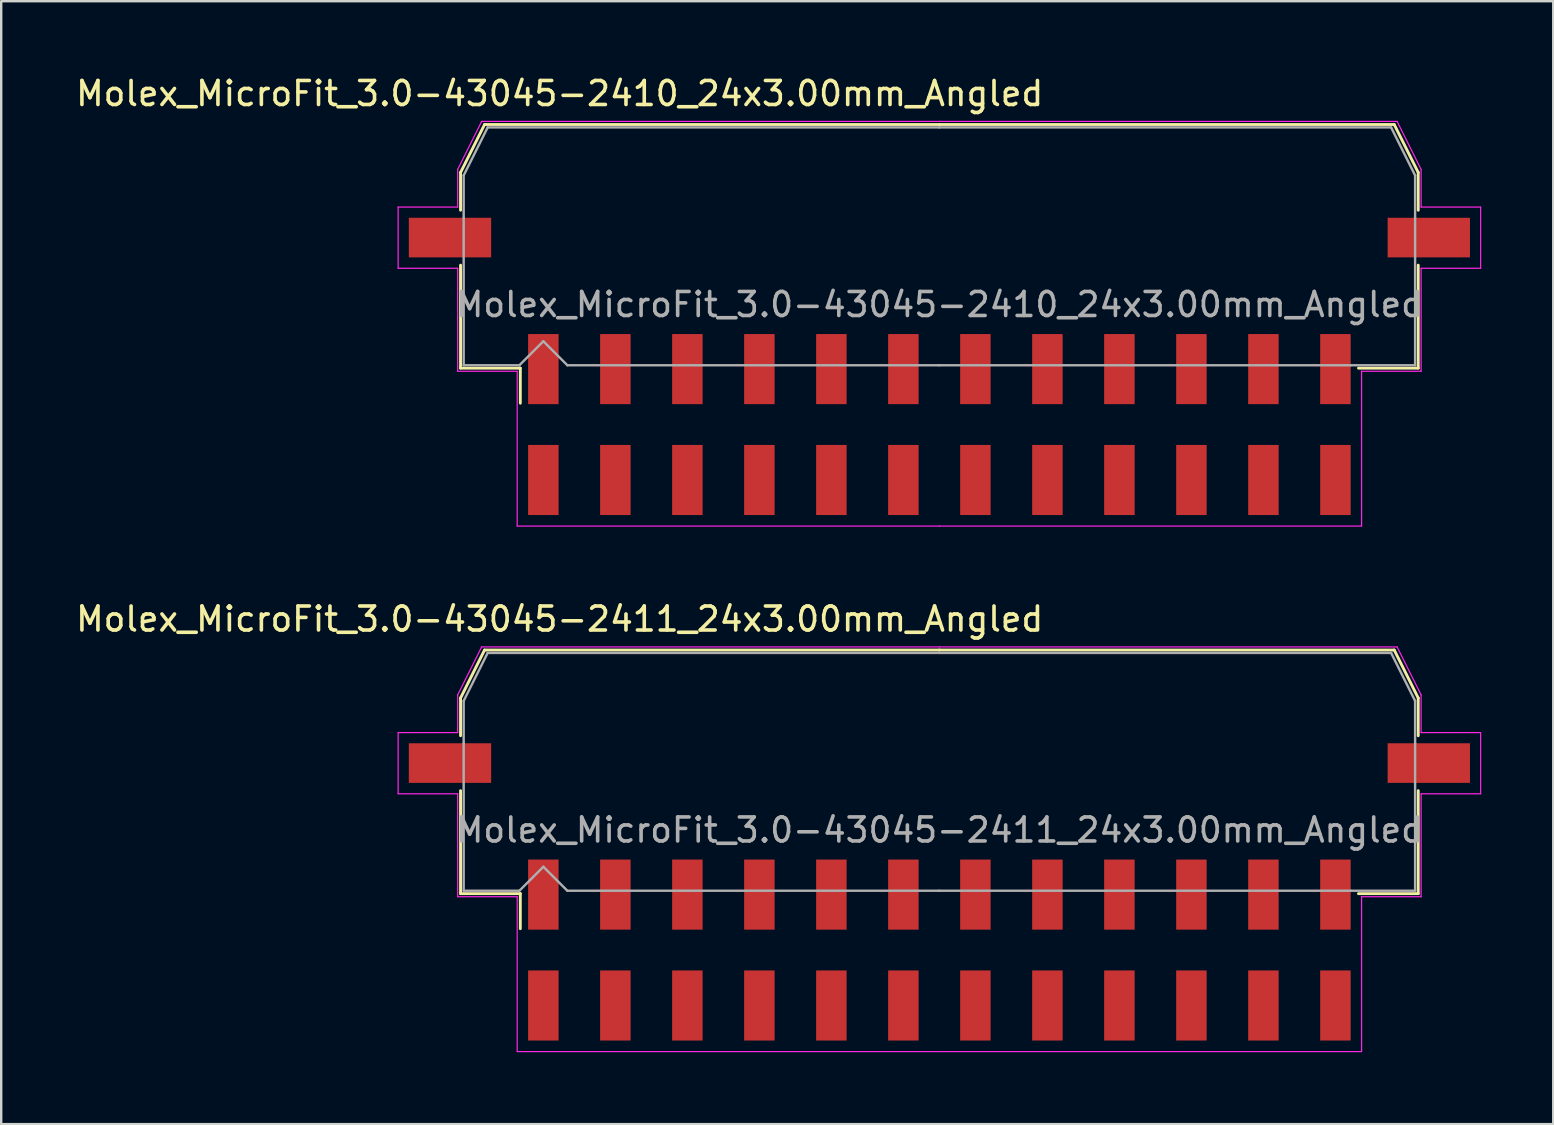
<source format=kicad_pcb>
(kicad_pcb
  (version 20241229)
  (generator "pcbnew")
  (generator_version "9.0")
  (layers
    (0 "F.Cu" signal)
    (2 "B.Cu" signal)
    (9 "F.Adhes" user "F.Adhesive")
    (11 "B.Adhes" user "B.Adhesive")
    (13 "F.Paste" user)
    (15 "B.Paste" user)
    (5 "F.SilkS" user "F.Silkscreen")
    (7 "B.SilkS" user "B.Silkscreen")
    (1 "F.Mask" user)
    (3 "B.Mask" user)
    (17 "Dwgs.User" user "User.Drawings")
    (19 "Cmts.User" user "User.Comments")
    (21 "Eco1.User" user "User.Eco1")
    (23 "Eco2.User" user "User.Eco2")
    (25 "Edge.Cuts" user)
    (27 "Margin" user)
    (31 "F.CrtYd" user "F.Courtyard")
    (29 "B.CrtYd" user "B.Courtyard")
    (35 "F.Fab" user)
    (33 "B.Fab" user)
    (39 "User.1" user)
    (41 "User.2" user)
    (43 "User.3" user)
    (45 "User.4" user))
  (footprint "Molex_MicroFit_3.0-43045-2411_24x3.00mm_Angled"
    (layer "F.Cu")
    (at 36.088 36.532)
    (property "Reference" "Molex_MicroFit_3.0-43045-2411_24x3.00mm_Angled" (at -15.82 -13.79 0) (layer "F.SilkS") (effects (font (size 1 1) (thickness 0.15))))
    (attr smd)
    (fp_line (start -19.95 -10.5) (end -19.95 -8.93) (stroke (width 0.12) (type solid)) (layer "F.SilkS"))
    (fp_line (start -19.95 -6.64) (end -19.95 -2.35) (stroke (width 0.12) (type solid)) (layer "F.SilkS"))
    (fp_line (start -19.95 -2.35) (end -17.46 -2.35) (stroke (width 0.12) (type solid)) (layer "F.SilkS"))
    (fp_line (start -18.95 -12.5) (end -19.95 -10.5) (stroke (width 0.12) (type solid)) (layer "F.SilkS"))
    (fp_line (start -17.46 -2.35) (end -17.46 -0.89) (stroke (width 0.12) (type solid)) (layer "F.SilkS"))
    (fp_line (start 0 -12.5) (end -18.95 -12.5) (stroke (width 0.12) (type solid)) (layer "F.SilkS"))
    (fp_line (start 0 -12.5) (end 18.95 -12.5) (stroke (width 0.12) (type solid)) (layer "F.SilkS"))
    (fp_line (start 18.95 -12.5) (end 19.95 -10.5) (stroke (width 0.12) (type solid)) (layer "F.SilkS"))
    (fp_line (start 19.95 -10.5) (end 19.95 -8.93) (stroke (width 0.12) (type solid)) (layer "F.SilkS"))
    (fp_line (start 19.95 -6.64) (end 19.95 -2.35) (stroke (width 0.12) (type solid)) (layer "F.SilkS"))
    (fp_line (start 19.95 -2.35) (end 17.46 -2.35) (stroke (width 0.12) (type solid)) (layer "F.SilkS"))
    (fp_line (start -22.55 -9.06) (end -22.55 -6.51) (stroke (width 0.05) (type solid)) (layer "F.CrtYd"))
    (fp_line (start -22.55 -6.51) (end -20.07 -6.51) (stroke (width 0.05) (type solid)) (layer "F.CrtYd"))
    (fp_line (start -20.07 -10.63) (end -20.07 -9.06) (stroke (width 0.05) (type solid)) (layer "F.CrtYd"))
    (fp_line (start -20.07 -9.06) (end -22.55 -9.06) (stroke (width 0.05) (type solid)) (layer "F.CrtYd"))
    (fp_line (start -20.07 -6.51) (end -20.07 -2.22) (stroke (width 0.05) (type solid)) (layer "F.CrtYd"))
    (fp_line (start -20.07 -2.22) (end -17.59 -2.22) (stroke (width 0.05) (type solid)) (layer "F.CrtYd"))
    (fp_line (start -19.07 -12.63) (end -20.07 -10.63) (stroke (width 0.05) (type solid)) (layer "F.CrtYd"))
    (fp_line (start -17.59 -2.22) (end -17.59 4.23) (stroke (width 0.05) (type solid)) (layer "F.CrtYd"))
    (fp_line (start -17.59 4.23) (end 0 4.23) (stroke (width 0.05) (type solid)) (layer "F.CrtYd"))
    (fp_line (start 0 -12.63) (end -19.07 -12.63) (stroke (width 0.05) (type solid)) (layer "F.CrtYd"))
    (fp_line (start 0 -12.63) (end 19.07 -12.63) (stroke (width 0.05) (type solid)) (layer "F.CrtYd"))
    (fp_line (start 17.59 -2.22) (end 17.59 4.23) (stroke (width 0.05) (type solid)) (layer "F.CrtYd"))
    (fp_line (start 17.59 4.23) (end 0 4.23) (stroke (width 0.05) (type solid)) (layer "F.CrtYd"))
    (fp_line (start 19.07 -12.63) (end 20.07 -10.63) (stroke (width 0.05) (type solid)) (layer "F.CrtYd"))
    (fp_line (start 20.07 -10.63) (end 20.07 -9.06) (stroke (width 0.05) (type solid)) (layer "F.CrtYd"))
    (fp_line (start 20.07 -9.06) (end 22.55 -9.06) (stroke (width 0.05) (type solid)) (layer "F.CrtYd"))
    (fp_line (start 20.07 -6.51) (end 20.07 -2.22) (stroke (width 0.05) (type solid)) (layer "F.CrtYd"))
    (fp_line (start 20.07 -2.22) (end 17.59 -2.22) (stroke (width 0.05) (type solid)) (layer "F.CrtYd"))
    (fp_line (start 22.55 -9.06) (end 22.55 -6.51) (stroke (width 0.05) (type solid)) (layer "F.CrtYd"))
    (fp_line (start 22.55 -6.51) (end 20.07 -6.51) (stroke (width 0.05) (type solid)) (layer "F.CrtYd"))
    (fp_line (start -19.82 -10.38) (end -19.82 -8.61) (stroke (width 0.1) (type solid)) (layer "F.Fab"))
    (fp_line (start -19.82 -8.61) (end -19.82 -2.47) (stroke (width 0.1) (type solid)) (layer "F.Fab"))
    (fp_line (start -19.82 -2.47) (end -17.5 -2.47) (stroke (width 0.1) (type solid)) (layer "F.Fab"))
    (fp_line (start -18.82 -12.38) (end -19.82 -10.38) (stroke (width 0.1) (type solid)) (layer "F.Fab"))
    (fp_line (start -17.5 -2.47) (end -16.5 -3.47) (stroke (width 0.1) (type solid)) (layer "F.Fab"))
    (fp_line (start -16.5 -3.47) (end -15.5 -2.47) (stroke (width 0.1) (type solid)) (layer "F.Fab"))
    (fp_line (start -15.5 -2.47) (end 0 -2.47) (stroke (width 0.1) (type solid)) (layer "F.Fab"))
    (fp_line (start 0 -12.38) (end -18.82 -12.38) (stroke (width 0.1) (type solid)) (layer "F.Fab"))
    (fp_line (start 0 -12.38) (end 18.82 -12.38) (stroke (width 0.1) (type solid)) (layer "F.Fab"))
    (fp_line (start 17.14 -2.47) (end 0 -2.47) (stroke (width 0.1) (type solid)) (layer "F.Fab"))
    (fp_line (start 18.82 -12.38) (end 19.82 -10.38) (stroke (width 0.1) (type solid)) (layer "F.Fab"))
    (fp_line (start 19.82 -10.38) (end 19.82 -8.61) (stroke (width 0.1) (type solid)) (layer "F.Fab"))
    (fp_line (start 19.82 -8.61) (end 19.82 -2.47) (stroke (width 0.1) (type solid)) (layer "F.Fab"))
    (fp_line (start 19.82 -2.47) (end 17.14 -2.47) (stroke (width 0.1) (type solid)) (layer "F.Fab"))
    (fp_text user "${REFERENCE}" (at 0 -5 0) (layer "F.Fab") (effects (font (size 1 1) (thickness 0.15))))
    (pad "" smd rect (at -20.39 -7.79) (size 3.43 1.65) (layers "F.Cu" "F.Mask" "F.Paste"))
    (pad "" smd rect (at 20.39 -7.79) (size 3.43 1.65) (layers "F.Cu" "F.Mask" "F.Paste"))
    (pad "1" smd rect (at -16.5 -2.31) (size 1.27 2.92) (layers "F.Cu" "F.Mask" "F.Paste"))
    (pad "2" smd rect (at -13.5 -2.31) (size 1.27 2.92) (layers "F.Cu" "F.Mask" "F.Paste"))
    (pad "3" smd rect (at -10.5 -2.31) (size 1.27 2.92) (layers "F.Cu" "F.Mask" "F.Paste"))
    (pad "4" smd rect (at -7.5 -2.31) (size 1.27 2.92) (layers "F.Cu" "F.Mask" "F.Paste"))
    (pad "5" smd rect (at -4.5 -2.31) (size 1.27 2.92) (layers "F.Cu" "F.Mask" "F.Paste"))
    (pad "6" smd rect (at -1.5 -2.31) (size 1.27 2.92) (layers "F.Cu" "F.Mask" "F.Paste"))
    (pad "7" smd rect (at 1.5 -2.31) (size 1.27 2.92) (layers "F.Cu" "F.Mask" "F.Paste"))
    (pad "8" smd rect (at 4.5 -2.31) (size 1.27 2.92) (layers "F.Cu" "F.Mask" "F.Paste"))
    (pad "9" smd rect (at 7.5 -2.31) (size 1.27 2.92) (layers "F.Cu" "F.Mask" "F.Paste"))
    (pad "10" smd rect (at 10.5 -2.31) (size 1.27 2.92) (layers "F.Cu" "F.Mask" "F.Paste"))
    (pad "11" smd rect (at 13.5 -2.31) (size 1.27 2.92) (layers "F.Cu" "F.Mask" "F.Paste"))
    (pad "12" smd rect (at 16.5 -2.31) (size 1.27 2.92) (layers "F.Cu" "F.Mask" "F.Paste"))
    (pad "13" smd rect (at 16.5 2.31) (size 1.27 2.92) (layers "F.Cu" "F.Mask" "F.Paste"))
    (pad "14" smd rect (at 13.5 2.31) (size 1.27 2.92) (layers "F.Cu" "F.Mask" "F.Paste"))
    (pad "15" smd rect (at 10.5 2.31) (size 1.27 2.92) (layers "F.Cu" "F.Mask" "F.Paste"))
    (pad "16" smd rect (at 7.5 2.31) (size 1.27 2.92) (layers "F.Cu" "F.Mask" "F.Paste"))
    (pad "17" smd rect (at 4.5 2.31) (size 1.27 2.92) (layers "F.Cu" "F.Mask" "F.Paste"))
    (pad "18" smd rect (at 1.5 2.31) (size 1.27 2.92) (layers "F.Cu" "F.Mask" "F.Paste"))
    (pad "19" smd rect (at -1.5 2.31) (size 1.27 2.92) (layers "F.Cu" "F.Mask" "F.Paste"))
    (pad "20" smd rect (at -4.5 2.31) (size 1.27 2.92) (layers "F.Cu" "F.Mask" "F.Paste"))
    (pad "21" smd rect (at -7.5 2.31) (size 1.27 2.92) (layers "F.Cu" "F.Mask" "F.Paste"))
    (pad "22" smd rect (at -10.5 2.31) (size 1.27 2.92) (layers "F.Cu" "F.Mask" "F.Paste"))
    (pad "23" smd rect (at -13.5 2.31) (size 1.27 2.92) (layers "F.Cu" "F.Mask" "F.Paste"))
    (pad "24" smd rect (at -16.5 2.31) (size 1.27 2.92) (layers "F.Cu" "F.Mask" "F.Paste")))
  (footprint "Molex_MicroFit_3.0-43045-2410_24x3.00mm_Angled"
    (layer "F.Cu")
    (at 36.088 14.638)
    (property "Reference" "Molex_MicroFit_3.0-43045-2410_24x3.00mm_Angled" (at -15.82 -13.79 0) (layer "F.SilkS") (effects (font (size 1 1) (thickness 0.15))))
    (attr smd)
    (fp_line (start -19.95 -10.5) (end -19.95 -8.93) (stroke (width 0.12) (type solid)) (layer "F.SilkS"))
    (fp_line (start -19.95 -6.64) (end -19.95 -2.35) (stroke (width 0.12) (type solid)) (layer "F.SilkS"))
    (fp_line (start -19.95 -2.35) (end -17.46 -2.35) (stroke (width 0.12) (type solid)) (layer "F.SilkS"))
    (fp_line (start -18.95 -12.5) (end -19.95 -10.5) (stroke (width 0.12) (type solid)) (layer "F.SilkS"))
    (fp_line (start -17.46 -2.35) (end -17.46 -0.89) (stroke (width 0.12) (type solid)) (layer "F.SilkS"))
    (fp_line (start 0 -12.5) (end -18.95 -12.5) (stroke (width 0.12) (type solid)) (layer "F.SilkS"))
    (fp_line (start 0 -12.5) (end 18.95 -12.5) (stroke (width 0.12) (type solid)) (layer "F.SilkS"))
    (fp_line (start 18.95 -12.5) (end 19.95 -10.5) (stroke (width 0.12) (type solid)) (layer "F.SilkS"))
    (fp_line (start 19.95 -10.5) (end 19.95 -8.93) (stroke (width 0.12) (type solid)) (layer "F.SilkS"))
    (fp_line (start 19.95 -6.64) (end 19.95 -2.35) (stroke (width 0.12) (type solid)) (layer "F.SilkS"))
    (fp_line (start 19.95 -2.35) (end 17.46 -2.35) (stroke (width 0.12) (type solid)) (layer "F.SilkS"))
    (fp_line (start -22.55 -9.06) (end -22.55 -6.51) (stroke (width 0.05) (type solid)) (layer "F.CrtYd"))
    (fp_line (start -22.55 -6.51) (end -20.07 -6.51) (stroke (width 0.05) (type solid)) (layer "F.CrtYd"))
    (fp_line (start -20.07 -10.63) (end -20.07 -9.06) (stroke (width 0.05) (type solid)) (layer "F.CrtYd"))
    (fp_line (start -20.07 -9.06) (end -22.55 -9.06) (stroke (width 0.05) (type solid)) (layer "F.CrtYd"))
    (fp_line (start -20.07 -6.51) (end -20.07 -2.22) (stroke (width 0.05) (type solid)) (layer "F.CrtYd"))
    (fp_line (start -20.07 -2.22) (end -17.59 -2.22) (stroke (width 0.05) (type solid)) (layer "F.CrtYd"))
    (fp_line (start -19.07 -12.63) (end -20.07 -10.63) (stroke (width 0.05) (type solid)) (layer "F.CrtYd"))
    (fp_line (start -17.59 -2.22) (end -17.59 4.23) (stroke (width 0.05) (type solid)) (layer "F.CrtYd"))
    (fp_line (start -17.59 4.23) (end 0 4.23) (stroke (width 0.05) (type solid)) (layer "F.CrtYd"))
    (fp_line (start 0 -12.63) (end -19.07 -12.63) (stroke (width 0.05) (type solid)) (layer "F.CrtYd"))
    (fp_line (start 0 -12.63) (end 19.07 -12.63) (stroke (width 0.05) (type solid)) (layer "F.CrtYd"))
    (fp_line (start 17.59 -2.22) (end 17.59 4.23) (stroke (width 0.05) (type solid)) (layer "F.CrtYd"))
    (fp_line (start 17.59 4.23) (end 0 4.23) (stroke (width 0.05) (type solid)) (layer "F.CrtYd"))
    (fp_line (start 19.07 -12.63) (end 20.07 -10.63) (stroke (width 0.05) (type solid)) (layer "F.CrtYd"))
    (fp_line (start 20.07 -10.63) (end 20.07 -9.06) (stroke (width 0.05) (type solid)) (layer "F.CrtYd"))
    (fp_line (start 20.07 -9.06) (end 22.55 -9.06) (stroke (width 0.05) (type solid)) (layer "F.CrtYd"))
    (fp_line (start 20.07 -6.51) (end 20.07 -2.22) (stroke (width 0.05) (type solid)) (layer "F.CrtYd"))
    (fp_line (start 20.07 -2.22) (end 17.59 -2.22) (stroke (width 0.05) (type solid)) (layer "F.CrtYd"))
    (fp_line (start 22.55 -9.06) (end 22.55 -6.51) (stroke (width 0.05) (type solid)) (layer "F.CrtYd"))
    (fp_line (start 22.55 -6.51) (end 20.07 -6.51) (stroke (width 0.05) (type solid)) (layer "F.CrtYd"))
    (fp_line (start -19.82 -10.38) (end -19.82 -8.61) (stroke (width 0.1) (type solid)) (layer "F.Fab"))
    (fp_line (start -19.82 -8.61) (end -19.82 -2.47) (stroke (width 0.1) (type solid)) (layer "F.Fab"))
    (fp_line (start -19.82 -2.47) (end -17.5 -2.47) (stroke (width 0.1) (type solid)) (layer "F.Fab"))
    (fp_line (start -18.82 -12.38) (end -19.82 -10.38) (stroke (width 0.1) (type solid)) (layer "F.Fab"))
    (fp_line (start -17.5 -2.47) (end -16.5 -3.47) (stroke (width 0.1) (type solid)) (layer "F.Fab"))
    (fp_line (start -16.5 -3.47) (end -15.5 -2.47) (stroke (width 0.1) (type solid)) (layer "F.Fab"))
    (fp_line (start -15.5 -2.47) (end 0 -2.47) (stroke (width 0.1) (type solid)) (layer "F.Fab"))
    (fp_line (start 0 -12.38) (end -18.82 -12.38) (stroke (width 0.1) (type solid)) (layer "F.Fab"))
    (fp_line (start 0 -12.38) (end 18.82 -12.38) (stroke (width 0.1) (type solid)) (layer "F.Fab"))
    (fp_line (start 17.14 -2.47) (end 0 -2.47) (stroke (width 0.1) (type solid)) (layer "F.Fab"))
    (fp_line (start 18.82 -12.38) (end 19.82 -10.38) (stroke (width 0.1) (type solid)) (layer "F.Fab"))
    (fp_line (start 19.82 -10.38) (end 19.82 -8.61) (stroke (width 0.1) (type solid)) (layer "F.Fab"))
    (fp_line (start 19.82 -8.61) (end 19.82 -2.47) (stroke (width 0.1) (type solid)) (layer "F.Fab"))
    (fp_line (start 19.82 -2.47) (end 17.14 -2.47) (stroke (width 0.1) (type solid)) (layer "F.Fab"))
    (fp_text user "${REFERENCE}" (at 0 -5 0) (layer "F.Fab") (effects (font (size 1 1) (thickness 0.15))))
    (pad "" smd rect (at -20.39 -7.79) (size 3.43 1.65) (layers "F.Cu" "F.Mask" "F.Paste"))
    (pad "" smd rect (at 20.39 -7.79) (size 3.43 1.65) (layers "F.Cu" "F.Mask" "F.Paste"))
    (pad "1" smd rect (at -16.5 -2.31) (size 1.27 2.92) (layers "F.Cu" "F.Mask" "F.Paste"))
    (pad "2" smd rect (at -13.5 -2.31) (size 1.27 2.92) (layers "F.Cu" "F.Mask" "F.Paste"))
    (pad "3" smd rect (at -10.5 -2.31) (size 1.27 2.92) (layers "F.Cu" "F.Mask" "F.Paste"))
    (pad "4" smd rect (at -7.5 -2.31) (size 1.27 2.92) (layers "F.Cu" "F.Mask" "F.Paste"))
    (pad "5" smd rect (at -4.5 -2.31) (size 1.27 2.92) (layers "F.Cu" "F.Mask" "F.Paste"))
    (pad "6" smd rect (at -1.5 -2.31) (size 1.27 2.92) (layers "F.Cu" "F.Mask" "F.Paste"))
    (pad "7" smd rect (at 1.5 -2.31) (size 1.27 2.92) (layers "F.Cu" "F.Mask" "F.Paste"))
    (pad "8" smd rect (at 4.5 -2.31) (size 1.27 2.92) (layers "F.Cu" "F.Mask" "F.Paste"))
    (pad "9" smd rect (at 7.5 -2.31) (size 1.27 2.92) (layers "F.Cu" "F.Mask" "F.Paste"))
    (pad "10" smd rect (at 10.5 -2.31) (size 1.27 2.92) (layers "F.Cu" "F.Mask" "F.Paste"))
    (pad "11" smd rect (at 13.5 -2.31) (size 1.27 2.92) (layers "F.Cu" "F.Mask" "F.Paste"))
    (pad "12" smd rect (at 16.5 -2.31) (size 1.27 2.92) (layers "F.Cu" "F.Mask" "F.Paste"))
    (pad "13" smd rect (at 16.5 2.31) (size 1.27 2.92) (layers "F.Cu" "F.Mask" "F.Paste"))
    (pad "14" smd rect (at 13.5 2.31) (size 1.27 2.92) (layers "F.Cu" "F.Mask" "F.Paste"))
    (pad "15" smd rect (at 10.5 2.31) (size 1.27 2.92) (layers "F.Cu" "F.Mask" "F.Paste"))
    (pad "16" smd rect (at 7.5 2.31) (size 1.27 2.92) (layers "F.Cu" "F.Mask" "F.Paste"))
    (pad "17" smd rect (at 4.5 2.31) (size 1.27 2.92) (layers "F.Cu" "F.Mask" "F.Paste"))
    (pad "18" smd rect (at 1.5 2.31) (size 1.27 2.92) (layers "F.Cu" "F.Mask" "F.Paste"))
    (pad "19" smd rect (at -1.5 2.31) (size 1.27 2.92) (layers "F.Cu" "F.Mask" "F.Paste"))
    (pad "20" smd rect (at -4.5 2.31) (size 1.27 2.92) (layers "F.Cu" "F.Mask" "F.Paste"))
    (pad "21" smd rect (at -7.5 2.31) (size 1.27 2.92) (layers "F.Cu" "F.Mask" "F.Paste"))
    (pad "22" smd rect (at -10.5 2.31) (size 1.27 2.92) (layers "F.Cu" "F.Mask" "F.Paste"))
    (pad "23" smd rect (at -13.5 2.31) (size 1.27 2.92) (layers "F.Cu" "F.Mask" "F.Paste"))
    (pad "24" smd rect (at -16.5 2.31) (size 1.27 2.92) (layers "F.Cu" "F.Mask" "F.Paste")))
  (gr_rect
    (start -3 -3)
    (end 61.663 43.786)
    (stroke (width 0.1) (type default))
    (fill no)
    (layer "Edge.Cuts")))
</source>
